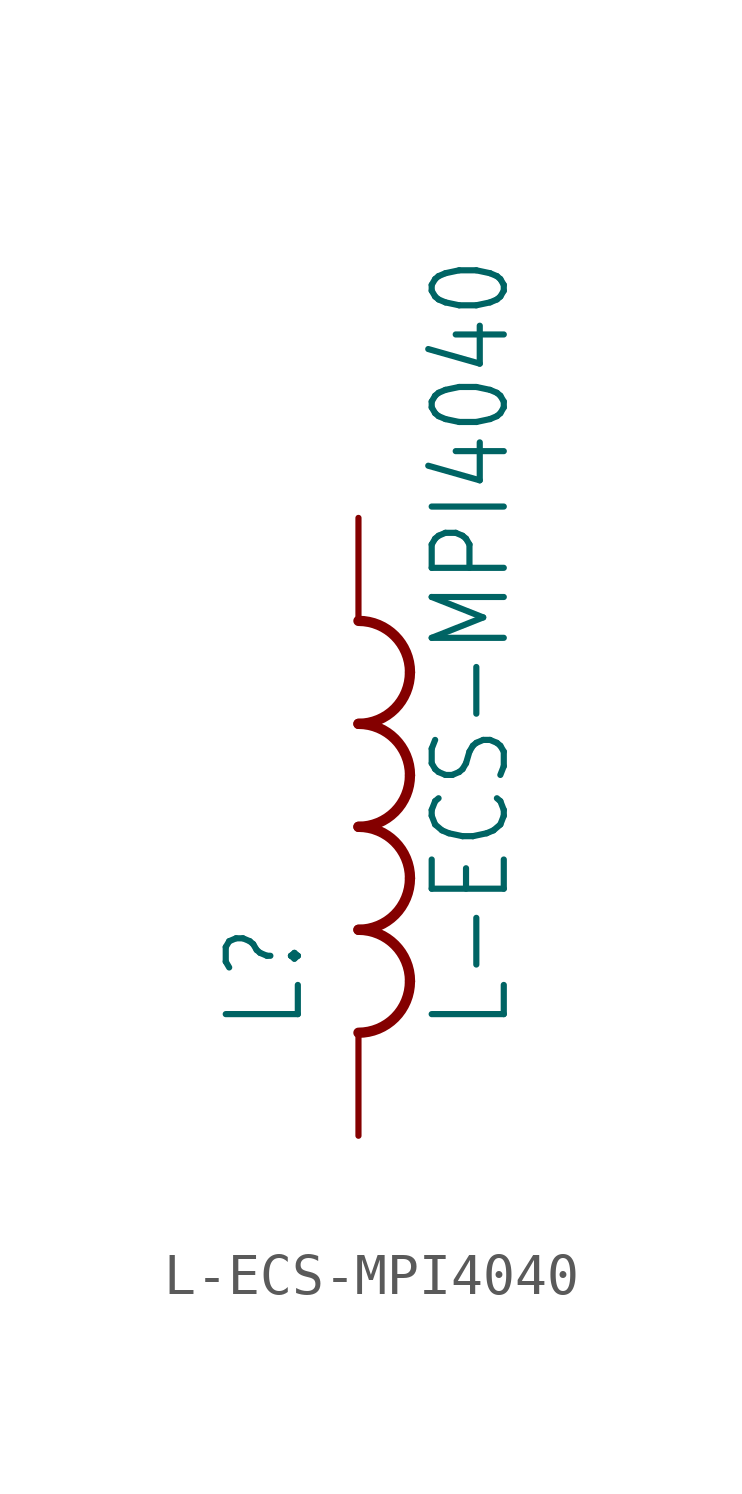
<source format=kicad_sym>
(kicad_symbol_lib
  (version 20211014)
  (generator kicad_symbol_editor)
  (symbol "L-ECS-MPI4040"
    (property "Reference" "L"
      (at -1.27 -5.08 90)
      (effects (font (size 1.778 1.511)) (justify left bottom)))
    (property "Value" "L-ECS-MPI4040"
      (at 3.81 -5.08 90)
      (effects (font (size 1.778 1.511)) (justify left bottom)))
    (property "ki_locked" ""
      (at 0 0 0)
      (effects (font (size 1.27 1.27))))
    (symbol "L-ECS-MPI4040_1_0"
      (arc (start 0 -5.08) (mid 0.898 -4.708) (end 1.27 -3.81) (stroke (width 0.254) (type default)) (fill (type none)))
      (arc (start 0 -2.54) (mid 0.898 -2.168) (end 1.27 -1.27) (stroke (width 0.254) (type default)) (fill (type none)))
      (arc (start 0 0) (mid 0.898 0.372) (end 1.27 1.27) (stroke (width 0.254) (type default)) (fill (type none)))
      (arc (start 0 2.54) (mid 0.898 2.912) (end 1.27 3.81) (stroke (width 0.254) (type default)) (fill (type none)))
      (arc (start 1.27 -3.81) (mid 0.898 -2.912) (end 0 -2.54) (stroke (width 0.254) (type default)) (fill (type none)))
      (arc (start 1.27 -1.27) (mid 0.898 -0.372) (end 0 0) (stroke (width 0.254) (type default)) (fill (type none)))
      (arc (start 1.27 1.27) (mid 0.898 2.168) (end 0 2.54) (stroke (width 0.254) (type default)) (fill (type none)))
      (arc (start 1.27 3.81) (mid 0.898 4.708) (end 0 5.08) (stroke (width 0.254) (type default)) (fill (type none)))
      (pin passive line (at 0 7.62 270) (length 2.54) (name "1" (effects (font (size 0 0)))) (number "1" (effects (font (size 0 0)))))
      (pin passive line (at 0 -7.62 90) (length 2.54) (name "2" (effects (font (size 0 0)))) (number "2" (effects (font (size 0 0))))))))
</source>
